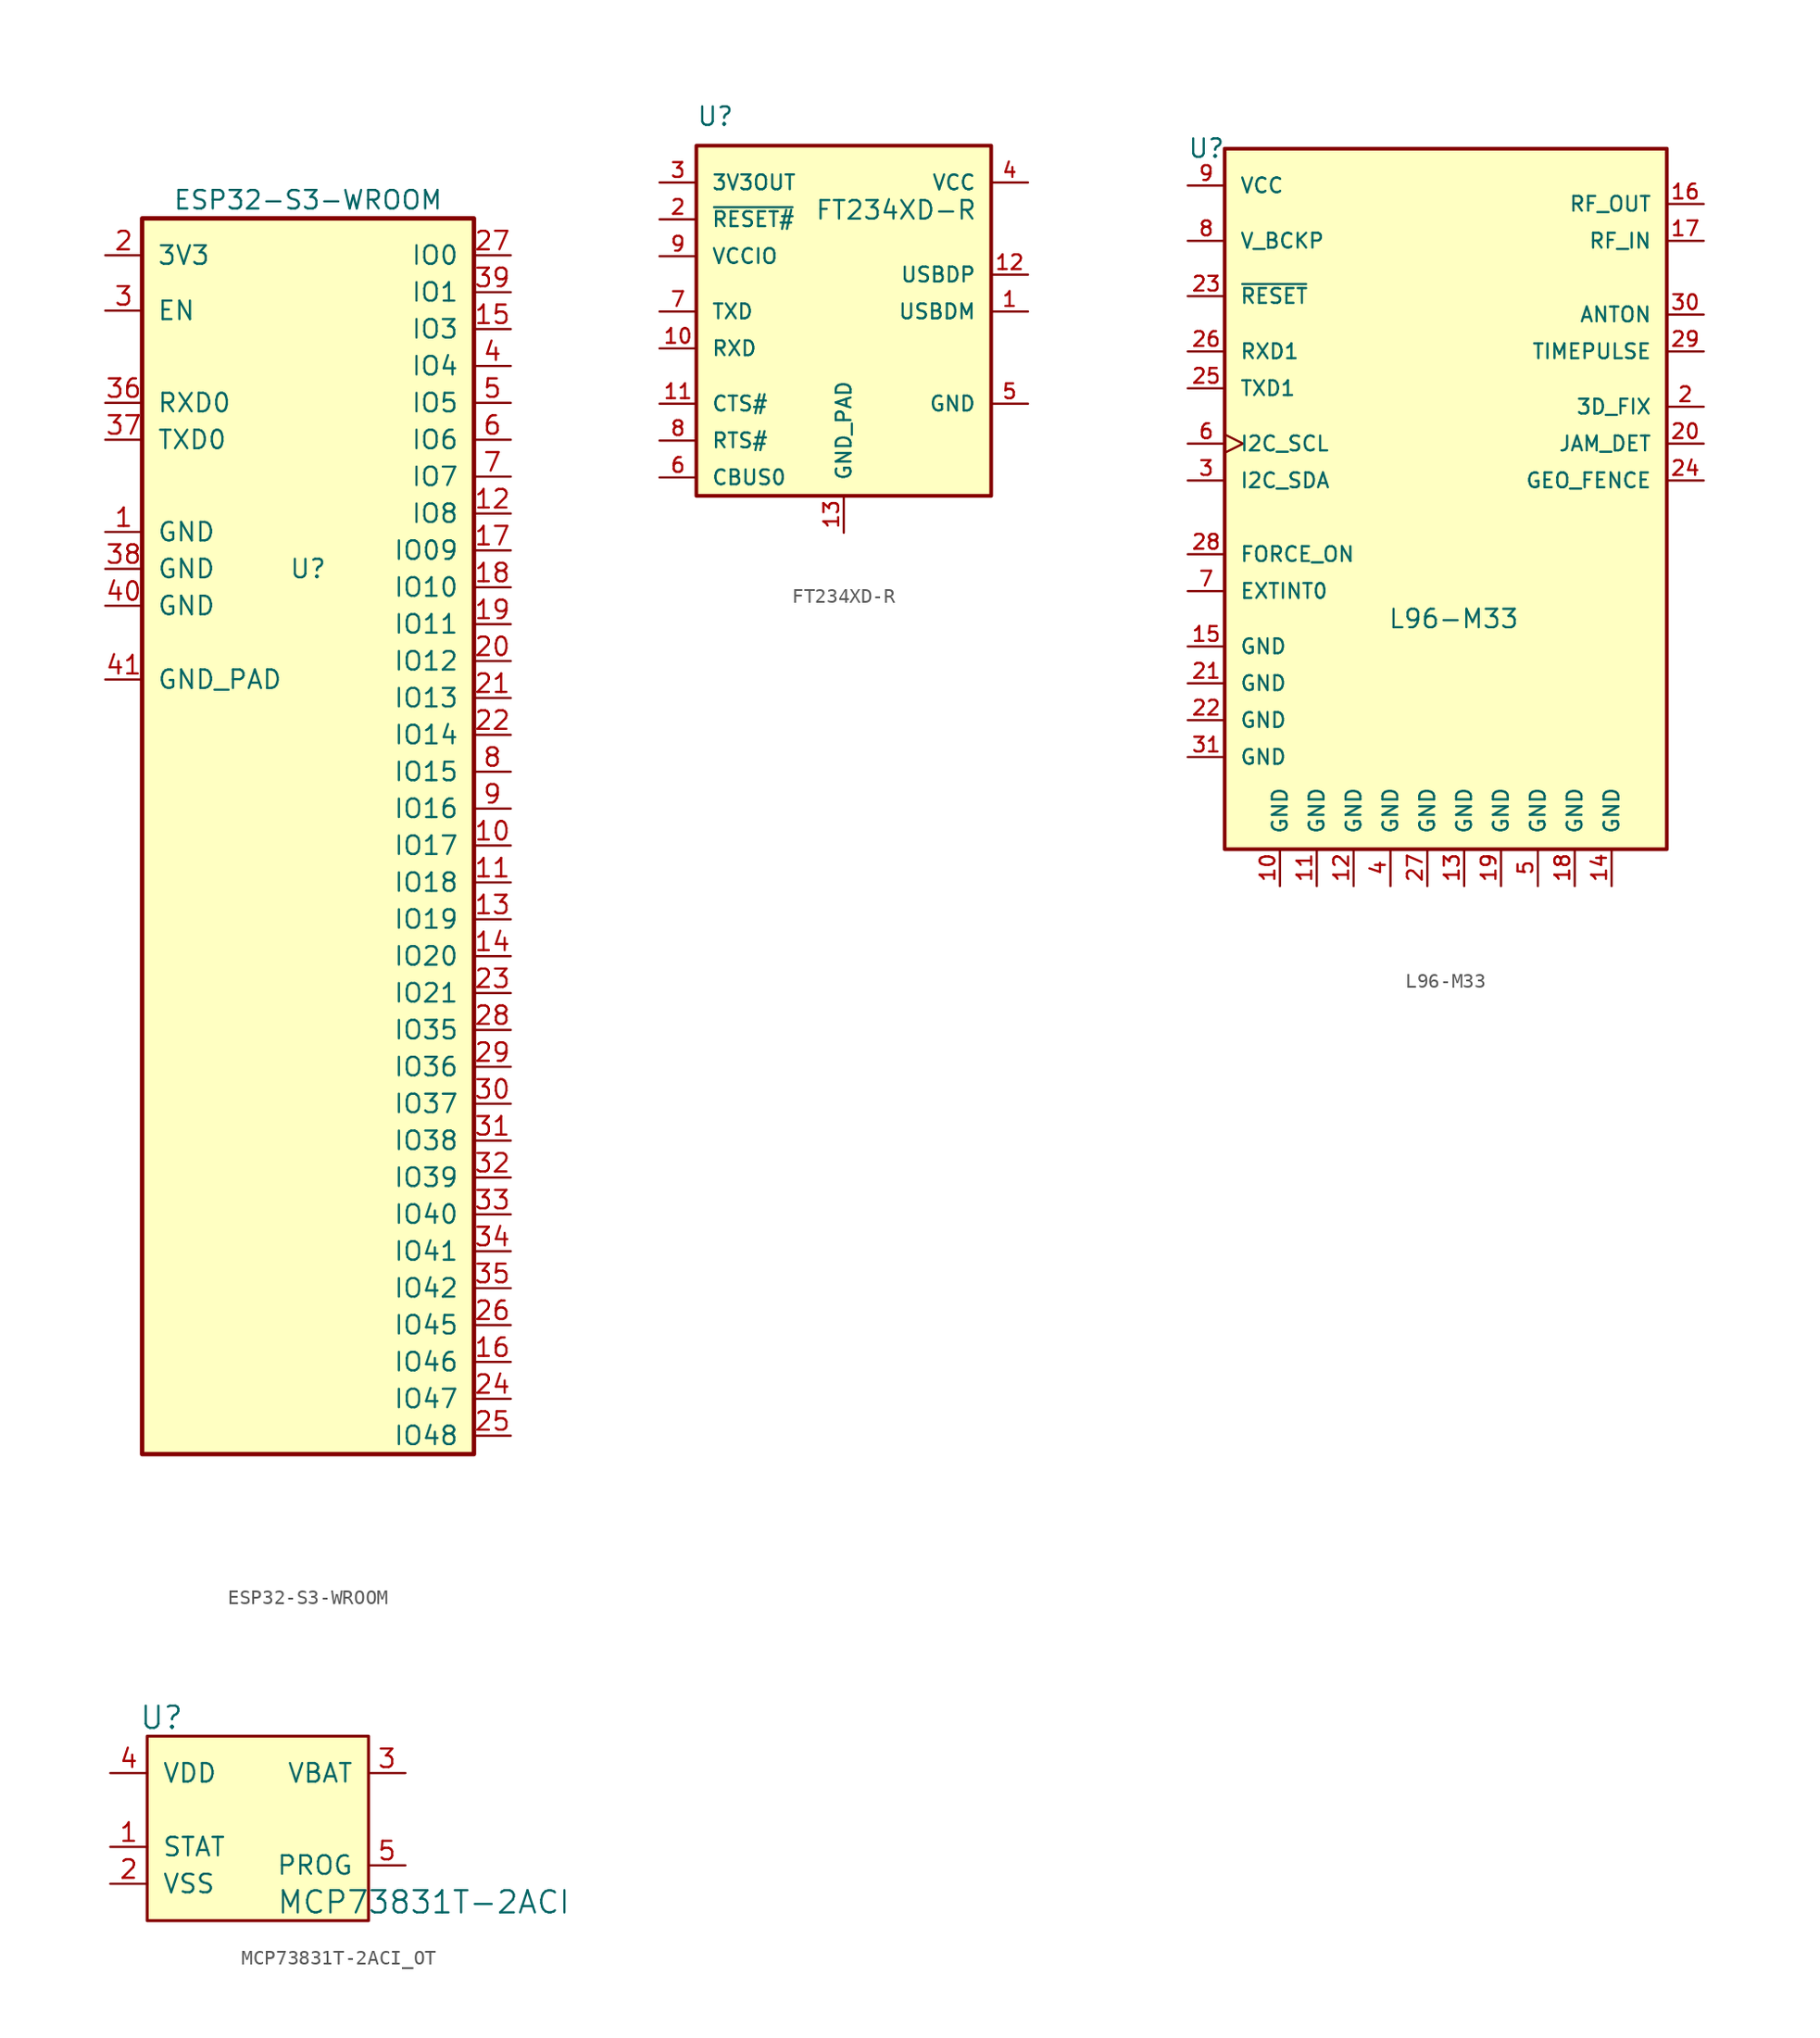
<source format=kicad_sym>
(kicad_symbol_lib
  (version 20220914)
  (generator kicad_symbol_editor)
  (symbol "ESP32-S3-WROOM"
    (pin_names
      (offset 1.016))
    (property "Reference" "U"
      (at 0 -3.81 0)
      (effects (font (size 1.27 1.27))))
    (property "Value" "ESP32-S3-WROOM"
      (at 0 21.59 0)
      (effects (font (size 1.27 1.27))))
    (symbol "ESP32-S3-WROOM_0_0"
      (pin bidirectional line (at 13.97 15.24 180) (length 2.54) (name "IO1" (effects (font (size 1.27 1.27)))) (number "39" (effects (font (size 1.27 1.27)))))
      (pin power_in line (at -13.97 -6.35 0) (length 2.54) (name "GND" (effects (font (size 1.27 1.27)))) (number "40" (effects (font (size 1.27 1.27)))))
      (pin power_in line (at -13.97 -11.43 0) (length 2.54) (name "GND_PAD" (effects (font (size 1.27 1.27)))) (number "41" (effects (font (size 1.27 1.27))))))
    (symbol "ESP32-S3-WROOM_0_1"
      (rectangle (start -11.43 20.32) (end 11.43 -64.77) (stroke (width 0.305) (type default)) (fill (type background))))
    (symbol "ESP32-S3-WROOM_1_1"
      (pin power_in line (at -13.97 -1.27 0) (length 2.54) (name "GND" (effects (font (size 1.27 1.27)))) (number "1" (effects (font (size 1.27 1.27)))))
      (pin bidirectional line (at 13.97 -22.86 180) (length 2.54) (name "IO17" (effects (font (size 1.27 1.27)))) (number "10" (effects (font (size 1.27 1.27)))))
      (pin bidirectional line (at 13.97 -25.4 180) (length 2.54) (name "IO18" (effects (font (size 1.27 1.27)))) (number "11" (effects (font (size 1.27 1.27)))))
      (pin bidirectional line (at 13.97 0 180) (length 2.54) (name "IO8" (effects (font (size 1.27 1.27)))) (number "12" (effects (font (size 1.27 1.27)))))
      (pin bidirectional line (at 13.97 -27.94 180) (length 2.54) (name "IO19" (effects (font (size 1.27 1.27)))) (number "13" (effects (font (size 1.27 1.27)))))
      (pin bidirectional line (at 13.97 -30.48 180) (length 2.54) (name "IO20" (effects (font (size 1.27 1.27)))) (number "14" (effects (font (size 1.27 1.27)))))
      (pin bidirectional line (at 13.97 12.7 180) (length 2.54) (name "IO3" (effects (font (size 1.27 1.27)))) (number "15" (effects (font (size 1.27 1.27)))))
      (pin bidirectional line (at 13.97 -58.42 180) (length 2.54) (name "IO46" (effects (font (size 1.27 1.27)))) (number "16" (effects (font (size 1.27 1.27)))))
      (pin bidirectional line (at 13.97 -2.54 180) (length 2.54) (name "IO09" (effects (font (size 1.27 1.27)))) (number "17" (effects (font (size 1.27 1.27)))))
      (pin bidirectional line (at 13.97 -5.08 180) (length 2.54) (name "IO10" (effects (font (size 1.27 1.27)))) (number "18" (effects (font (size 1.27 1.27)))))
      (pin bidirectional line (at 13.97 -7.62 180) (length 2.54) (name "IO11" (effects (font (size 1.27 1.27)))) (number "19" (effects (font (size 1.27 1.27)))))
      (pin power_in line (at -13.97 17.78 0) (length 2.54) (name "3V3" (effects (font (size 1.27 1.27)))) (number "2" (effects (font (size 1.27 1.27)))))
      (pin bidirectional line (at 13.97 -10.16 180) (length 2.54) (name "IO12" (effects (font (size 1.27 1.27)))) (number "20" (effects (font (size 1.27 1.27)))))
      (pin bidirectional line (at 13.97 -12.7 180) (length 2.54) (name "IO13" (effects (font (size 1.27 1.27)))) (number "21" (effects (font (size 1.27 1.27)))))
      (pin bidirectional line (at 13.97 -15.24 180) (length 2.54) (name "IO14" (effects (font (size 1.27 1.27)))) (number "22" (effects (font (size 1.27 1.27)))))
      (pin bidirectional line (at 13.97 -33.02 180) (length 2.54) (name "IO21" (effects (font (size 1.27 1.27)))) (number "23" (effects (font (size 1.27 1.27)))))
      (pin bidirectional line (at 13.97 -60.96 180) (length 2.54) (name "IO47" (effects (font (size 1.27 1.27)))) (number "24" (effects (font (size 1.27 1.27)))))
      (pin bidirectional line (at 13.97 -63.5 180) (length 2.54) (name "IO48" (effects (font (size 1.27 1.27)))) (number "25" (effects (font (size 1.27 1.27)))))
      (pin bidirectional line (at 13.97 -55.88 180) (length 2.54) (name "IO45" (effects (font (size 1.27 1.27)))) (number "26" (effects (font (size 1.27 1.27)))))
      (pin bidirectional line (at 13.97 17.78 180) (length 2.54) (name "IO0" (effects (font (size 1.27 1.27)))) (number "27" (effects (font (size 1.27 1.27)))))
      (pin bidirectional line (at 13.97 -35.56 180) (length 2.54) (name "IO35" (effects (font (size 1.27 1.27)))) (number "28" (effects (font (size 1.27 1.27)))))
      (pin bidirectional line (at 13.97 -38.1 180) (length 2.54) (name "IO36" (effects (font (size 1.27 1.27)))) (number "29" (effects (font (size 1.27 1.27)))))
      (pin input line (at -13.97 13.97 0) (length 2.54) (name "EN" (effects (font (size 1.27 1.27)))) (number "3" (effects (font (size 1.27 1.27)))))
      (pin bidirectional line (at 13.97 -40.64 180) (length 2.54) (name "IO37" (effects (font (size 1.27 1.27)))) (number "30" (effects (font (size 1.27 1.27)))))
      (pin bidirectional line (at 13.97 -43.18 180) (length 2.54) (name "IO38" (effects (font (size 1.27 1.27)))) (number "31" (effects (font (size 1.27 1.27)))))
      (pin bidirectional line (at 13.97 -45.72 180) (length 2.54) (name "IO39" (effects (font (size 1.27 1.27)))) (number "32" (effects (font (size 1.27 1.27)))))
      (pin bidirectional line (at 13.97 -48.26 180) (length 2.54) (name "IO40" (effects (font (size 1.27 1.27)))) (number "33" (effects (font (size 1.27 1.27)))))
      (pin bidirectional line (at 13.97 -50.8 180) (length 2.54) (name "IO41" (effects (font (size 1.27 1.27)))) (number "34" (effects (font (size 1.27 1.27)))))
      (pin bidirectional line (at 13.97 -53.34 180) (length 2.54) (name "IO42" (effects (font (size 1.27 1.27)))) (number "35" (effects (font (size 1.27 1.27)))))
      (pin bidirectional line (at -13.97 7.62 0) (length 2.54) (name "RXD0" (effects (font (size 1.27 1.27)))) (number "36" (effects (font (size 1.27 1.27)))))
      (pin bidirectional line (at -13.97 5.08 0) (length 2.54) (name "TXD0" (effects (font (size 1.27 1.27)))) (number "37" (effects (font (size 1.27 1.27)))))
      (pin power_in line (at -13.97 -3.81 0) (length 2.54) (name "GND" (effects (font (size 1.27 1.27)))) (number "38" (effects (font (size 1.27 1.27)))))
      (pin bidirectional line (at 13.97 10.16 180) (length 2.54) (name "IO4" (effects (font (size 1.27 1.27)))) (number "4" (effects (font (size 1.27 1.27)))))
      (pin bidirectional line (at 13.97 7.62 180) (length 2.54) (name "IO5" (effects (font (size 1.27 1.27)))) (number "5" (effects (font (size 1.27 1.27)))))
      (pin bidirectional line (at 13.97 5.08 180) (length 2.54) (name "IO6" (effects (font (size 1.27 1.27)))) (number "6" (effects (font (size 1.27 1.27)))))
      (pin bidirectional line (at 13.97 2.54 180) (length 2.54) (name "IO7" (effects (font (size 1.27 1.27)))) (number "7" (effects (font (size 1.27 1.27)))))
      (pin bidirectional line (at 13.97 -17.78 180) (length 2.54) (name "IO15" (effects (font (size 1.27 1.27)))) (number "8" (effects (font (size 1.27 1.27)))))
      (pin bidirectional line (at 13.97 -20.32 180) (length 2.54) (name "IO16" (effects (font (size 1.27 1.27)))) (number "9" (effects (font (size 1.27 1.27)))))))
  (symbol "FT234XD-R"
    (pin_names
      (offset 1.016))
    (property "Reference" "U"
      (at -10.16 13.97 0)
      (effects (font (size 1.27 1.27)) (justify left bottom)))
    (property "Value" "FT234XD-R"
      (at -2 9 0)
      (effects (font (size 1.27 1.27)) (justify left top)))
    (symbol "FT234XD-R_0_0"
      (rectangle (start -10.16 12.7) (end 10.16 -11.43) (stroke (width 0.254) (type default)) (fill (type background)))
      (pin bidirectional line (at 12.7 1.27 180) (length 2.54) (name "USBDM" (effects (font (size 1.016 1.016)))) (number "1" (effects (font (size 1.016 1.016)))))
      (pin input line (at -12.7 -1.27 0) (length 2.54) (name "RXD" (effects (font (size 1.016 1.016)))) (number "10" (effects (font (size 1.016 1.016)))))
      (pin input line (at -12.7 -5.08 0) (length 2.54) (name "CTS#" (effects (font (size 1.016 1.016)))) (number "11" (effects (font (size 1.016 1.016)))))
      (pin bidirectional line (at 12.7 3.81 180) (length 2.54) (name "USBDP" (effects (font (size 1.016 1.016)))) (number "12" (effects (font (size 1.016 1.016)))))
      (pin power_in line (at 0 -13.97 90) (length 2.54) (name "GND_PAD" (effects (font (size 1.016 1.016)))) (number "13" (effects (font (size 1.016 1.016)))))
      (pin input line (at -12.7 7.62 0) (length 2.54) (name "~{RESET#}" (effects (font (size 1.016 1.016)))) (number "2" (effects (font (size 1.016 1.016)))))
      (pin output line (at -12.7 10.16 0) (length 2.54) (name "3V3OUT" (effects (font (size 1.016 1.016)))) (number "3" (effects (font (size 1.016 1.016)))))
      (pin power_in line (at 12.7 10.16 180) (length 2.54) (name "VCC" (effects (font (size 1.016 1.016)))) (number "4" (effects (font (size 1.016 1.016)))))
      (pin power_in line (at 12.7 -5.08 180) (length 2.54) (name "GND" (effects (font (size 1.016 1.016)))) (number "5" (effects (font (size 1.016 1.016)))))
      (pin bidirectional line (at -12.7 -10.16 0) (length 2.54) (name "CBUS0" (effects (font (size 1.016 1.016)))) (number "6" (effects (font (size 1.016 1.016)))))
      (pin output line (at -12.7 1.27 0) (length 2.54) (name "TXD" (effects (font (size 1.016 1.016)))) (number "7" (effects (font (size 1.016 1.016)))))
      (pin output line (at -12.7 -7.62 0) (length 2.54) (name "RTS#" (effects (font (size 1.016 1.016)))) (number "8" (effects (font (size 1.016 1.016)))))
      (pin power_in line (at -12.7 5.08 0) (length 2.54) (name "VCCIO" (effects (font (size 1.016 1.016)))) (number "9" (effects (font (size 1.016 1.016)))))))
  (symbol "L96-M33"
    (pin_names
      (offset 1.016))
    (property "Reference" "U"
      (at -17.81 23.404 0)
      (effects (font (size 1.27 1.27)) (justify left bottom)))
    (property "Value" "L96-M33"
      (at -4 -9 0)
      (effects (font (size 1.27 1.27)) (justify left bottom)))
    (symbol "L96-M33_0_0"
      (rectangle (start -15.24 24.13) (end 15.24 -24.13) (stroke (width 0.254) (type default)) (fill (type background)))
      (pin power_in line (at -11.43 -26.67 90) (length 2.54) (name "GND" (effects (font (size 1.016 1.016)))) (number "10" (effects (font (size 1.016 1.016)))))
      (pin power_in line (at -8.89 -26.67 90) (length 2.54) (name "GND" (effects (font (size 1.016 1.016)))) (number "11" (effects (font (size 1.016 1.016)))))
      (pin power_in line (at -6.35 -26.67 90) (length 2.54) (name "GND" (effects (font (size 1.016 1.016)))) (number "12" (effects (font (size 1.016 1.016)))))
      (pin power_in line (at 1.27 -26.67 90) (length 2.54) (name "GND" (effects (font (size 1.016 1.016)))) (number "13" (effects (font (size 1.016 1.016)))))
      (pin power_in line (at 11.43 -26.67 90) (length 2.54) (name "GND" (effects (font (size 1.016 1.016)))) (number "14" (effects (font (size 1.016 1.016)))))
      (pin power_in line (at -17.78 -10.16 0) (length 2.54) (name "GND" (effects (font (size 1.016 1.016)))) (number "15" (effects (font (size 1.016 1.016)))))
      (pin output line (at 17.78 20.32 180) (length 2.54) (name "RF_OUT" (effects (font (size 1.016 1.016)))) (number "16" (effects (font (size 1.016 1.016)))))
      (pin input line (at 17.78 17.78 180) (length 2.54) (name "RF_IN" (effects (font (size 1.016 1.016)))) (number "17" (effects (font (size 1.016 1.016)))))
      (pin power_in line (at 8.89 -26.67 90) (length 2.54) (name "GND" (effects (font (size 1.016 1.016)))) (number "18" (effects (font (size 1.016 1.016)))))
      (pin power_in line (at 3.81 -26.67 90) (length 2.54) (name "GND" (effects (font (size 1.016 1.016)))) (number "19" (effects (font (size 1.016 1.016)))))
      (pin output line (at 17.78 6.35 180) (length 2.54) (name "3D_FIX" (effects (font (size 1.016 1.016)))) (number "2" (effects (font (size 1.016 1.016)))))
      (pin output line (at 17.78 3.81 180) (length 2.54) (name "JAM_DET" (effects (font (size 1.016 1.016)))) (number "20" (effects (font (size 1.016 1.016)))))
      (pin power_in line (at -17.78 -12.7 0) (length 2.54) (name "GND" (effects (font (size 1.016 1.016)))) (number "21" (effects (font (size 1.016 1.016)))))
      (pin power_in line (at -17.78 -15.24 0) (length 2.54) (name "GND" (effects (font (size 1.016 1.016)))) (number "22" (effects (font (size 1.016 1.016)))))
      (pin input line (at -17.78 13.97 0) (length 2.54) (name "~{RESET}" (effects (font (size 1.016 1.016)))) (number "23" (effects (font (size 1.016 1.016)))))
      (pin output line (at 17.78 1.27 180) (length 2.54) (name "GEO_FENCE" (effects (font (size 1.016 1.016)))) (number "24" (effects (font (size 1.016 1.016)))))
      (pin output line (at -17.78 7.62 0) (length 2.54) (name "TXD1" (effects (font (size 1.016 1.016)))) (number "25" (effects (font (size 1.016 1.016)))))
      (pin input line (at -17.78 10.16 0) (length 2.54) (name "RXD1" (effects (font (size 1.016 1.016)))) (number "26" (effects (font (size 1.016 1.016)))))
      (pin power_in line (at -1.27 -26.67 90) (length 2.54) (name "GND" (effects (font (size 1.016 1.016)))) (number "27" (effects (font (size 1.016 1.016)))))
      (pin input line (at -17.78 -3.81 0) (length 2.54) (name "FORCE_ON" (effects (font (size 1.016 1.016)))) (number "28" (effects (font (size 1.016 1.016)))))
      (pin output line (at 17.78 10.16 180) (length 2.54) (name "TIMEPULSE" (effects (font (size 1.016 1.016)))) (number "29" (effects (font (size 1.016 1.016)))))
      (pin bidirectional line (at -17.78 1.27 0) (length 2.54) (name "I2C_SDA" (effects (font (size 1.016 1.016)))) (number "3" (effects (font (size 1.016 1.016)))))
      (pin output line (at 17.78 12.7 180) (length 2.54) (name "ANTON" (effects (font (size 1.016 1.016)))) (number "30" (effects (font (size 1.016 1.016)))))
      (pin power_in line (at -17.78 -17.78 0) (length 2.54) (name "GND" (effects (font (size 1.016 1.016)))) (number "31" (effects (font (size 1.016 1.016)))))
      (pin power_in line (at -3.81 -26.67 90) (length 2.54) (name "GND" (effects (font (size 1.016 1.016)))) (number "4" (effects (font (size 1.016 1.016)))))
      (pin power_in line (at 6.35 -26.67 90) (length 2.54) (name "GND" (effects (font (size 1.016 1.016)))) (number "5" (effects (font (size 1.016 1.016)))))
      (pin bidirectional clock (at -17.78 3.81 0) (length 2.54) (name "I2C_SCL" (effects (font (size 1.016 1.016)))) (number "6" (effects (font (size 1.016 1.016)))))
      (pin input line (at -17.78 -6.35 0) (length 2.54) (name "EXTINT0" (effects (font (size 1.016 1.016)))) (number "7" (effects (font (size 1.016 1.016)))))
      (pin power_in line (at -17.78 17.78 0) (length 2.54) (name "V_BCKP" (effects (font (size 1.016 1.016)))) (number "8" (effects (font (size 1.016 1.016)))))
      (pin power_in line (at -17.78 21.59 0) (length 2.54) (name "VCC" (effects (font (size 1.016 1.016)))) (number "9" (effects (font (size 1.016 1.016)))))))
  (symbol "MCP73831T-2ACI_OT"
    (pin_names
      (offset 1.016))
    (property "Reference" "U"
      (at -5.08 6.35 0)
      (effects (font (size 1.524 1.524)) (justify right)))
    (property "Value" "MCP73831T-2ACI"
      (at 1.27 -6.35 0)
      (effects (font (size 1.524 1.524)) (justify left)))
    (property "MPN" "MCP73831T-2ACI/MC"
      (at 1.27 -14.986 0)
      (effects (font (size 1.524 1.524)) (justify left) hide))
    (symbol "MCP73831T-2ACI_OT_0_1"
      (rectangle (start -7.62 5.08) (end 7.62 -7.62) (stroke (width 0.203) (type default)) (fill (type background))))
    (symbol "MCP73831T-2ACI_OT_1_1"
      (pin output line (at -10.16 -2.54 0) (length 2.54) (name "STAT" (effects (font (size 1.27 1.27)))) (number "1" (effects (font (size 1.27 1.27)))))
      (pin power_in line (at -10.16 -5.08 0) (length 2.54) (name "VSS" (effects (font (size 1.27 1.27)))) (number "2" (effects (font (size 1.27 1.27)))))
      (pin power_out line (at 10.16 2.54 180) (length 2.54) (name "VBAT" (effects (font (size 1.27 1.27)))) (number "3" (effects (font (size 1.27 1.27)))))
      (pin power_in line (at -10.16 2.54 0) (length 2.54) (name "VDD" (effects (font (size 1.27 1.27)))) (number "4" (effects (font (size 1.27 1.27)))))
      (pin input line (at 10.16 -3.81 180) (length 2.54) (name "PROG" (effects (font (size 1.27 1.27)))) (number "5" (effects (font (size 1.27 1.27))))))))
</source>
